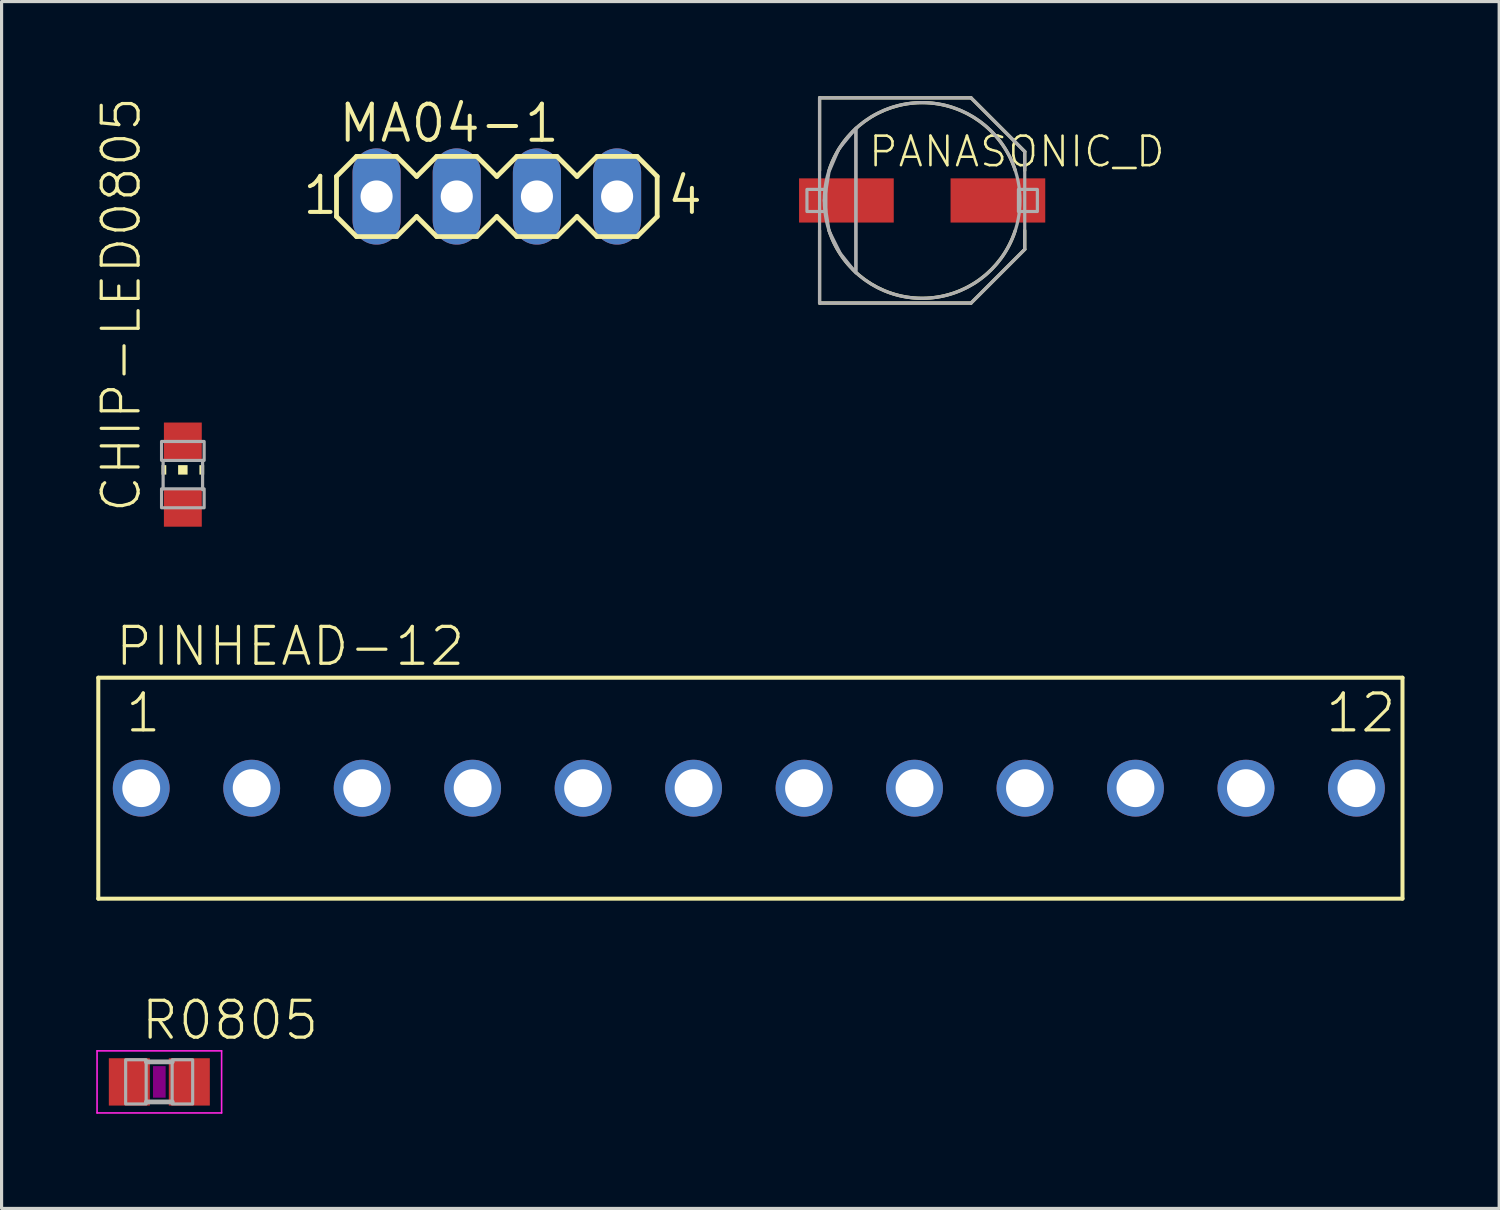
<source format=kicad_pcb>
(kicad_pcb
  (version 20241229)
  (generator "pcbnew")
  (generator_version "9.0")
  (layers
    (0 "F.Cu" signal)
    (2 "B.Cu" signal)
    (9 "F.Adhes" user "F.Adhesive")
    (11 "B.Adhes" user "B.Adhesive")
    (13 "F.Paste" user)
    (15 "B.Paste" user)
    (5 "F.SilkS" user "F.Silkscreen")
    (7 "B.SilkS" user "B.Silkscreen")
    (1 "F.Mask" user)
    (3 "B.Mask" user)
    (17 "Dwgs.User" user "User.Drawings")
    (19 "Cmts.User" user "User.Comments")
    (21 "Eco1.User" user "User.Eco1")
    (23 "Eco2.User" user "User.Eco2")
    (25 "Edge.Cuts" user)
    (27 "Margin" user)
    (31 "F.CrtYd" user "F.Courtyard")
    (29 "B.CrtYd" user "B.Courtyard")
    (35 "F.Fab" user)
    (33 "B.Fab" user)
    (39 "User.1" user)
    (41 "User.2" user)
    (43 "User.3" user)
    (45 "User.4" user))
  (footprint "PINHEAD-12"
    (layer "F.Cu")
    (at 18.924 21.921)
    (property "Reference" "PINHEAD-12" (at -18.38 -3.81 0) (layer "F.SilkS") (effects (font (size 1.168 1.168) (thickness 0.102)) (justify left bottom)))
    (fp_line (start -18.86 -3.5) (end -18.86 3.5) (stroke (width 0.127) (type solid)) (layer "F.SilkS"))
    (fp_line (start -18.86 3.5) (end 22.46 3.5) (stroke (width 0.127) (type solid)) (layer "F.SilkS"))
    (fp_line (start 22.46 -3.5) (end -18.86 -3.5) (stroke (width 0.127) (type solid)) (layer "F.SilkS"))
    (fp_line (start 22.46 3.5) (end 22.46 -3.5) (stroke (width 0.127) (type solid)) (layer "F.SilkS"))
    (fp_text user "12" (at 19.96 -1.7 0) (layer "F.SilkS") (effects (font (size 1.168 1.168) (thickness 0.102)) (justify left bottom)))
    (fp_text user "1" (at -18.06 -1.7 0) (layer "F.SilkS") (effects (font (size 1.168 1.168) (thickness 0.102)) (justify left bottom)))
    (pad "1" thru_hole circle (at -17.5 0) (size 1.8 1.8) (drill 1.2) (layers "*.Cu" "*.Mask"))
    (pad "2" thru_hole circle (at -14 0) (size 1.8 1.8) (drill 1.2) (layers "*.Cu" "*.Mask"))
    (pad "3" thru_hole circle (at -10.5 0) (size 1.8 1.8) (drill 1.2) (layers "*.Cu" "*.Mask"))
    (pad "4" thru_hole circle (at -7 0) (size 1.8 1.8) (drill 1.2) (layers "*.Cu" "*.Mask"))
    (pad "5" thru_hole circle (at -3.5 0) (size 1.8 1.8) (drill 1.2) (layers "*.Cu" "*.Mask"))
    (pad "6" thru_hole circle (at 0 0) (size 1.8 1.8) (drill 1.2) (layers "*.Cu" "*.Mask"))
    (pad "7" thru_hole circle (at 3.5 0) (size 1.8 1.8) (drill 1.2) (layers "*.Cu" "*.Mask"))
    (pad "8" thru_hole circle (at 7 0) (size 1.8 1.8) (drill 1.2) (layers "*.Cu" "*.Mask"))
    (pad "9" thru_hole circle (at 10.5 0) (size 1.8 1.8) (drill 1.2) (layers "*.Cu" "*.Mask"))
    (pad "10" thru_hole circle (at 14 0) (size 1.8 1.8) (drill 1.2) (layers "*.Cu" "*.Mask"))
    (pad "11" thru_hole circle (at 17.5 0) (size 1.8 1.8) (drill 1.2) (layers "*.Cu" "*.Mask"))
    (pad "12" thru_hole circle (at 21 0) (size 1.8 1.8) (drill 1.2) (layers "*.Cu" "*.Mask")))
  (footprint "R0805"
    (layer "F.Cu")
    (at 1.998 31.227)
    (property "Reference" "R0805" (at -0.635 -1.27 0) (layer "F.SilkS") (effects (font (size 1.168 1.168) (thickness 0.102)) (justify left bottom)))
    (fp_poly (pts (xy -0.2 0.5) (xy 0.2 0.5) (xy 0.2 -0.5) (xy -0.2 -0.5)) (stroke (width 0) (type solid)) (fill yes) (layer "F.Adhes"))
    (fp_line (start -1.973 -0.983) (end 1.973 -0.983) (stroke (width 0.051) (type solid)) (layer "F.CrtYd"))
    (fp_line (start -1.973 0.983) (end -1.973 -0.983) (stroke (width 0.051) (type solid)) (layer "F.CrtYd"))
    (fp_line (start 1.973 -0.983) (end 1.973 0.983) (stroke (width 0.051) (type solid)) (layer "F.CrtYd"))
    (fp_line (start 1.973 0.983) (end -1.973 0.983) (stroke (width 0.051) (type solid)) (layer "F.CrtYd"))
    (fp_line (start -0.41 -0.635) (end 0.41 -0.635) (stroke (width 0.152) (type solid)) (layer "F.Fab"))
    (fp_line (start -0.41 0.635) (end 0.41 0.635) (stroke (width 0.152) (type solid)) (layer "F.Fab"))
    (fp_poly (pts (xy -1.067 0.699) (xy -0.417 0.699) (xy -0.417 -0.702) (xy -1.067 -0.702)) (stroke (width 0.1) (type solid)) (fill no) (layer "F.Fab"))
    (fp_poly (pts (xy 0.406 0.699) (xy 1.056 0.699) (xy 1.056 -0.702) (xy 0.406 -0.702)) (stroke (width 0.1) (type solid)) (fill no) (layer "F.Fab"))
    (pad "1" smd rect (at -0.95 0) (size 1.3 1.5) (layers "F.Cu" "F.Mask" "F.Paste"))
    (pad "2" smd rect (at 0.95 0) (size 1.3 1.5) (layers "F.Cu" "F.Mask" "F.Paste")))
  (footprint "CHIP-LED0805"
    (layer "F.Cu")
    (at 2.743 11.987)
    (property "Reference" "CHIP-LED0805" (at -1.27 1.27 90) (layer "F.SilkS") (effects (font (size 1.168 1.168) (thickness 0.102)) (justify left bottom)))
    (fp_poly (pts (xy -0.675 0) (xy -0.525 0) (xy -0.525 -0.3) (xy -0.675 -0.3)) (stroke (width 0) (type solid)) (fill yes) (layer "F.SilkS"))
    (fp_poly (pts (xy -0.15 0) (xy 0.15 0) (xy 0.15 -0.3) (xy -0.15 -0.3)) (stroke (width 0) (type solid)) (fill yes) (layer "F.SilkS"))
    (fp_poly (pts (xy 0.525 0) (xy 0.675 0) (xy 0.675 -0.3) (xy 0.525 -0.3)) (stroke (width 0) (type solid)) (fill yes) (layer "F.SilkS"))
    (fp_line (start -0.625 -0.45) (end -0.625 0.45) (stroke (width 0.102) (type solid)) (layer "F.Fab"))
    (fp_line (start 0.625 -0.45) (end 0.625 0.475) (stroke (width 0.102) (type solid)) (layer "F.Fab"))
    (fp_poly (pts (xy -0.675 -0.45) (xy 0.675 -0.45) (xy 0.675 -1.05) (xy -0.675 -1.05)) (stroke (width 0.1) (type solid)) (fill no) (layer "F.Fab"))
    (fp_poly (pts (xy -0.675 1.05) (xy 0.675 1.05) (xy 0.675 0.45) (xy -0.675 0.45)) (stroke (width 0.1) (type solid)) (fill no) (layer "F.Fab"))
    (pad "A" smd rect (at 0 1.05) (size 1.2 1.2) (layers "F.Cu" "F.Mask" "F.Paste"))
    (pad "C" smd rect (at 0 -1.05) (size 1.2 1.2) (layers "F.Cu" "F.Mask" "F.Paste")))
  (footprint "MA04-1"
    (layer "F.Cu")
    (at 12.691 3.175)
    (property "Reference" "MA04-1" (at -5.08 -1.651 0) (layer "F.SilkS") (effects (font (size 1.143 1.143) (thickness 0.127)) (justify left bottom)))
    (fp_line (start -5.08 -0.635) (end -5.08 0.635) (stroke (width 0.152) (type solid)) (layer "F.SilkS"))
    (fp_line (start -5.08 0.635) (end -4.445 1.27) (stroke (width 0.152) (type solid)) (layer "F.SilkS"))
    (fp_line (start -4.445 -1.27) (end -5.08 -0.635) (stroke (width 0.152) (type solid)) (layer "F.SilkS"))
    (fp_line (start -4.445 -1.27) (end -3.175 -1.27) (stroke (width 0.152) (type solid)) (layer "F.SilkS"))
    (fp_line (start -3.175 -1.27) (end -2.54 -0.635) (stroke (width 0.152) (type solid)) (layer "F.SilkS"))
    (fp_line (start -3.175 1.27) (end -4.445 1.27) (stroke (width 0.152) (type solid)) (layer "F.SilkS"))
    (fp_line (start -2.54 -0.635) (end -1.905 -1.27) (stroke (width 0.152) (type solid)) (layer "F.SilkS"))
    (fp_line (start -2.54 0.635) (end -3.175 1.27) (stroke (width 0.152) (type solid)) (layer "F.SilkS"))
    (fp_line (start -1.905 -1.27) (end -0.635 -1.27) (stroke (width 0.152) (type solid)) (layer "F.SilkS"))
    (fp_line (start -1.905 1.27) (end -2.54 0.635) (stroke (width 0.152) (type solid)) (layer "F.SilkS"))
    (fp_line (start -0.635 -1.27) (end 0 -0.635) (stroke (width 0.152) (type solid)) (layer "F.SilkS"))
    (fp_line (start -0.635 1.27) (end -1.905 1.27) (stroke (width 0.152) (type solid)) (layer "F.SilkS"))
    (fp_line (start 0 -0.635) (end 0.635 -1.27) (stroke (width 0.152) (type solid)) (layer "F.SilkS"))
    (fp_line (start 0 0.635) (end -0.635 1.27) (stroke (width 0.152) (type solid)) (layer "F.SilkS"))
    (fp_line (start 0.635 -1.27) (end 1.905 -1.27) (stroke (width 0.152) (type solid)) (layer "F.SilkS"))
    (fp_line (start 0.635 1.27) (end 0 0.635) (stroke (width 0.152) (type solid)) (layer "F.SilkS"))
    (fp_line (start 1.905 -1.27) (end 2.54 -0.635) (stroke (width 0.152) (type solid)) (layer "F.SilkS"))
    (fp_line (start 1.905 1.27) (end 0.635 1.27) (stroke (width 0.152) (type solid)) (layer "F.SilkS"))
    (fp_line (start 2.54 0.635) (end 1.905 1.27) (stroke (width 0.152) (type solid)) (layer "F.SilkS"))
    (fp_line (start 2.54 0.635) (end 3.175 1.27) (stroke (width 0.152) (type solid)) (layer "F.SilkS"))
    (fp_line (start 3.175 -1.27) (end 2.54 -0.635) (stroke (width 0.152) (type solid)) (layer "F.SilkS"))
    (fp_line (start 3.175 -1.27) (end 4.445 -1.27) (stroke (width 0.152) (type solid)) (layer "F.SilkS"))
    (fp_line (start 4.445 -1.27) (end 5.08 -0.635) (stroke (width 0.152) (type solid)) (layer "F.SilkS"))
    (fp_line (start 4.445 1.27) (end 3.175 1.27) (stroke (width 0.152) (type solid)) (layer "F.SilkS"))
    (fp_line (start 5.08 -0.635) (end 5.08 0.635) (stroke (width 0.152) (type solid)) (layer "F.SilkS"))
    (fp_line (start 5.08 0.635) (end 4.445 1.27) (stroke (width 0.152) (type solid)) (layer "F.SilkS"))
    (fp_poly (pts (xy -4.064 0.254) (xy -3.556 0.254) (xy -3.556 -0.254) (xy -4.064 -0.254)) (stroke (width 0.1) (type solid)) (fill no) (layer "F.Fab"))
    (fp_poly (pts (xy -1.524 0.254) (xy -1.016 0.254) (xy -1.016 -0.254) (xy -1.524 -0.254)) (stroke (width 0.1) (type solid)) (fill no) (layer "F.Fab"))
    (fp_poly (pts (xy 1.016 0.254) (xy 1.524 0.254) (xy 1.524 -0.254) (xy 1.016 -0.254)) (stroke (width 0.1) (type solid)) (fill no) (layer "F.Fab"))
    (fp_poly (pts (xy 3.556 0.254) (xy 4.064 0.254) (xy 4.064 -0.254) (xy 3.556 -0.254)) (stroke (width 0.1) (type solid)) (fill no) (layer "F.Fab"))
    (fp_text user "1" (at -6.223 0.635 0) (layer "F.SilkS") (effects (font (size 1.143 1.143) (thickness 0.127)) (justify left bottom)))
    (fp_text user "4" (at 5.334 0.635 0) (layer "F.SilkS") (effects (font (size 1.143 1.143) (thickness 0.127)) (justify left bottom)))
    (pad "1" thru_hole oval (at -3.81 0 90) (size 3.048 1.524) (drill 1.016) (layers "*.Cu" "*.Mask"))
    (pad "2" thru_hole oval (at -1.27 0 90) (size 3.048 1.524) (drill 1.016) (layers "*.Cu" "*.Mask"))
    (pad "3" thru_hole oval (at 1.27 0 90) (size 3.048 1.524) (drill 1.016) (layers "*.Cu" "*.Mask"))
    (pad "4" thru_hole oval (at 3.81 0 90) (size 3.048 1.524) (drill 1.016) (layers "*.Cu" "*.Mask")))
  (footprint "PANASONIC_D"
    (layer "F.Cu")
    (at 26.166 3.301)
    (property "Reference" "PANASONIC_D" (at -1.75 -1 0) (layer "F.SilkS") (effects (font (size 0.935 0.935) (thickness 0.081)) (justify left bottom)))
    (fp_line (start -3.25 -3.25) (end 1.55 -3.25) (stroke (width 0.102) (type solid)) (layer "F.SilkS"))
    (fp_line (start -3.25 -0.95) (end -3.25 -3.25) (stroke (width 0.102) (type solid)) (layer "F.SilkS"))
    (fp_line (start -3.25 3.25) (end -3.25 0.95) (stroke (width 0.102) (type solid)) (layer "F.SilkS"))
    (fp_line (start 1.55 -3.25) (end 3.25 -1.55) (stroke (width 0.102) (type solid)) (layer "F.SilkS"))
    (fp_line (start 1.55 3.25) (end -3.25 3.25) (stroke (width 0.102) (type solid)) (layer "F.SilkS"))
    (fp_line (start 3.25 -1.55) (end 3.25 -0.95) (stroke (width 0.102) (type solid)) (layer "F.SilkS"))
    (fp_line (start 3.25 0.95) (end 3.25 1.55) (stroke (width 0.102) (type solid)) (layer "F.SilkS"))
    (fp_line (start 3.25 1.55) (end 1.55 3.25) (stroke (width 0.102) (type solid)) (layer "F.SilkS"))
    (fp_arc (start -2.95 -0.95) (mid 0 -3.099193) (end 2.95 -0.95) (stroke (width 0.1016) (type solid)) (layer "F.SilkS"))
    (fp_arc (start 2.95 0.95) (mid 0 3.099193) (end -2.95 0.95) (stroke (width 0.1016) (type solid)) (layer "F.SilkS"))
    (fp_line (start -3.25 -3.25) (end 1.55 -3.25) (stroke (width 0.102) (type solid)) (layer "F.Fab"))
    (fp_line (start -3.25 3.25) (end -3.25 -3.25) (stroke (width 0.102) (type solid)) (layer "F.Fab"))
    (fp_line (start -2.1 -2.25) (end -2.1 2.2) (stroke (width 0.102) (type solid)) (layer "F.Fab"))
    (fp_line (start 1.55 -3.25) (end 3.25 -1.55) (stroke (width 0.102) (type solid)) (layer "F.Fab"))
    (fp_line (start 1.55 3.25) (end -3.25 3.25) (stroke (width 0.102) (type solid)) (layer "F.Fab"))
    (fp_line (start 3.25 -1.55) (end 3.25 1.55) (stroke (width 0.102) (type solid)) (layer "F.Fab"))
    (fp_line (start 3.25 1.55) (end 1.55 3.25) (stroke (width 0.102) (type solid)) (layer "F.Fab"))
    (fp_circle (center 0 0) (end 3.1 0) (stroke (width 0.102) (type solid)) (fill no) (layer "F.Fab"))
    (fp_poly (pts (xy -3.65 0.35) (xy -3.05 0.35) (xy -3.05 -0.35) (xy -3.65 -0.35)) (stroke (width 0.1) (type solid)) (fill no) (layer "F.Fab"))
    (fp_poly (pts (xy 3.05 0.35) (xy 3.65 0.35) (xy 3.65 -0.35) (xy 3.05 -0.35)) (stroke (width 0.1) (type solid)) (fill no) (layer "F.Fab"))
    (fp_poly (pts (xy -2.099 2.295) (xy -2.593 1.678) (xy -2.949 0.966) (xy -3.101 -0.00022) (xy -2.949 -0.914) (xy -2.644 -1.627) (xy -2.099 -2.292)) (stroke (width 0.1) (type solid)) (fill no) (layer "F.Fab"))
    (pad "+" smd rect (at 2.4 0) (size 3 1.4) (layers "F.Cu" "F.Mask" "F.Paste"))
    (pad "-" smd rect (at -2.4 0) (size 3 1.4) (layers "F.Cu" "F.Mask" "F.Paste")))
  (gr_rect
    (start -3 -3)
    (end 44.447 35.236)
    (stroke (width 0.1) (type default))
    (fill no)
    (layer "Edge.Cuts")))
</source>
